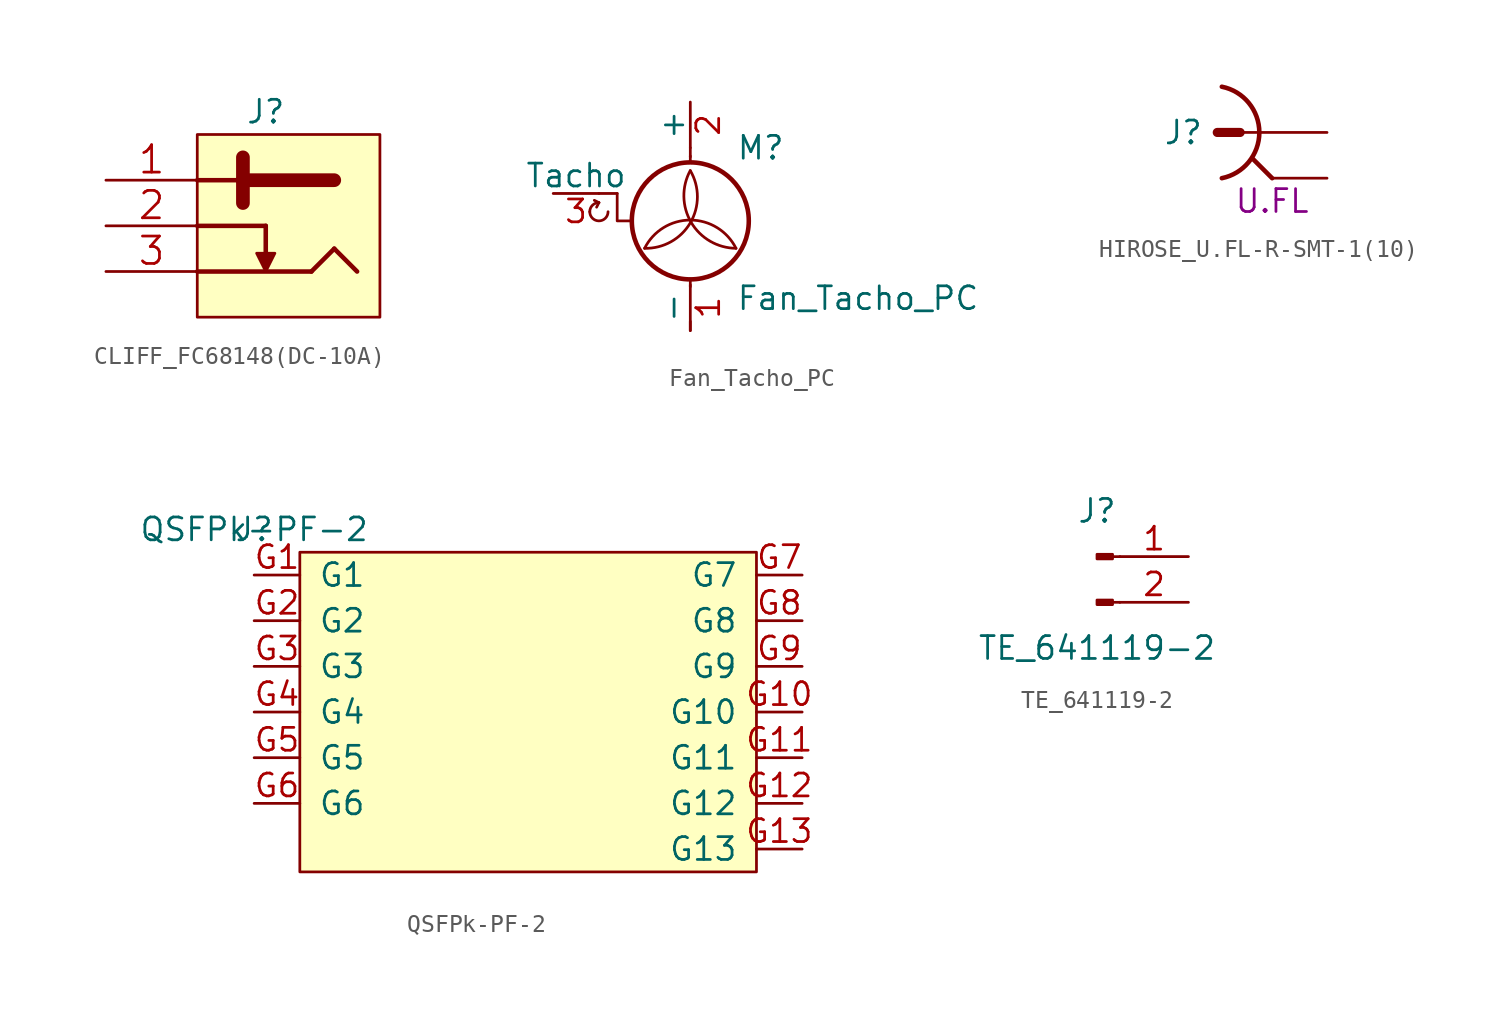
<source format=kicad_sym>
(kicad_symbol_lib
  (version 20211014)
  (generator kicad_symbol_editor)
  (symbol "CLIFF_FC68148(DC-10A)"
    (pin_names
      (offset 1.27))
    (property "Reference" "J"
      (at 3.81 1.27 0)
      (effects (font (size 1.27 1.27))))
    (property "ki_locked" ""
      (at 0 0 0)
      (effects (font (size 1.27 1.27))))
    (symbol "CLIFF_FC68148(DC-10A)_0_1"
      (rectangle (start 0 -10.16) (end 10.16 0) (stroke (width 0) (type default) (color 0 0 0 0)) (fill (type background)))
      (polyline (pts (xy 0 -7.62) (xy 6.35 -7.62)) (stroke (width 0.254) (type default) (color 0 0 0 0)) (fill (type none)))
      (polyline (pts (xy 0 -5.08) (xy 3.81 -5.08)) (stroke (width 0.254) (type default) (color 0 0 0 0)) (fill (type none)))
      (polyline (pts (xy 0 -2.54) (xy 2.54 -2.54)) (stroke (width 0.254) (type default) (color 0 0 0 0)) (fill (type none)))
      (polyline (pts (xy 2.54 -1.27) (xy 2.54 -3.81)) (stroke (width 0.762) (type default) (color 0 0 0 0)) (fill (type none)))
      (polyline (pts (xy 3.81 -7.112) (xy 3.81 -5.08)) (stroke (width 0.254) (type default) (color 0 0 0 0)) (fill (type none)))
      (polyline (pts (xy 6.35 -7.62) (xy 7.62 -6.35)) (stroke (width 0.254) (type default) (color 0 0 0 0)) (fill (type none)))
      (polyline (pts (xy 7.62 -2.54) (xy 2.54 -2.54)) (stroke (width 0.762) (type default) (color 0 0 0 0)) (fill (type none)))
      (polyline (pts (xy 8.89 -7.62) (xy 7.62 -6.35)) (stroke (width 0.254) (type default) (color 0 0 0 0)) (fill (type none)))
      (polyline (pts (xy 3.81 -7.62) (xy 3.302 -6.604) (xy 4.318 -6.604) (xy 3.81 -7.62)) (stroke (width 0) (type default) (color 0 0 0 0)) (fill (type outline)))
      (pin power_out line (at -5.08 -2.54 0) (length 5.08) (name "1" (effects (font (size 0 0)))) (number "1" (effects (font (size 1.524 1.524)))))
      (pin passive line (at -5.08 -5.08 0) (length 5.08) (name "2" (effects (font (size 0 0)))) (number "2" (effects (font (size 1.524 1.524)))))
      (pin power_out line (at -5.08 -7.62 0) (length 5.08) (name "3" (effects (font (size 0 0)))) (number "3" (effects (font (size 1.524 1.524)))))))
  (symbol "Fan_Tacho_PC"
    (pin_names
      (offset 0))
    (property "Reference" "M"
      (at 2.54 2.54 0)
      (effects (font (size 1.27 1.27)) (justify left)))
    (property "Value" "Fan_Tacho_PC"
      (at 2.54 -5.08 0)
      (effects (font (size 1.27 1.27)) (justify left top)))
    (symbol "Fan_Tacho_PC_0_0"
      (arc (start -5.588 -1.016) (mid -5.08 -1.524) (end -4.572 -1.016) (stroke (width 0) (type default) (color 0 0 0 0)) (fill (type none)))
      (arc (start -5.08 -0.508) (mid -5.4392 -0.6568) (end -5.588 -1.016) (stroke (width 0) (type default) (color 0 0 0 0)) (fill (type none)))
      (polyline (pts (xy -5.08 -0.508) (xy -5.334 -0.381)) (stroke (width 0) (type default) (color 0 0 0 0)) (fill (type none)))
      (polyline (pts (xy -5.08 -0.508) (xy -5.207 -0.762)) (stroke (width 0) (type default) (color 0 0 0 0)) (fill (type none)))
      (polyline (pts (xy -4.064 0) (xy -4.064 -1.524) (xy -3.302 -1.524)) (stroke (width 0) (type default) (color 0 0 0 0)) (fill (type none))))
    (symbol "Fan_Tacho_PC_0_1"
      (arc (start -2.54 -3.048) (mid 0.0028 -1.6279) (end 0 1.27) (stroke (width 0) (type default) (color 0 0 0 0)) (fill (type none)))
      (circle (center 0 -1.524) (radius 3.251) (stroke (width 0.254) (type default) (color 0 0 0 0)) (fill (type none)))
      (polyline (pts (xy -4.064 0) (xy -5.08 0)) (stroke (width 0) (type default) (color 0 0 0 0)) (fill (type none)))
      (polyline (pts (xy 0 -7.62) (xy 0 -7.112)) (stroke (width 0) (type default) (color 0 0 0 0)) (fill (type none)))
      (polyline (pts (xy 0 -4.775) (xy 0 -5.182)) (stroke (width 0) (type default) (color 0 0 0 0)) (fill (type none)))
      (polyline (pts (xy 0 1.727) (xy 0 2.083)) (stroke (width 0) (type default) (color 0 0 0 0)) (fill (type none)))
      (polyline (pts (xy 0 2.032) (xy 0 2.54)) (stroke (width 0) (type default) (color 0 0 0 0)) (fill (type none)))
      (arc (start 0 1.27) (mid 0.053 -1.619) (end 2.54 -3.048) (stroke (width 0) (type default) (color 0 0 0 0)) (fill (type none)))
      (arc (start 2.54 -3.048) (mid 0 -1.4782) (end -2.54 -3.048) (stroke (width 0) (type default) (color 0 0 0 0)) (fill (type none))))
    (symbol "Fan_Tacho_PC_1_1"
      (pin passive line (at 0 -7.62 90) (length 2.54) (name "-" (effects (font (size 1.27 1.27)))) (number "1" (effects (font (size 1.27 1.27)))))
      (pin passive line (at 0 5.08 270) (length 2.54) (name "+" (effects (font (size 1.27 1.27)))) (number "2" (effects (font (size 1.27 1.27)))))
      (pin passive line (at -7.62 0 0) (length 2.54) (name "Tacho" (effects (font (size 1.27 1.27)))) (number "3" (effects (font (size 1.27 1.27)))))))
  (symbol "HIROSE_U.FL-R-SMT-1(10)"
    (pin_names
      (offset 1.27))
    (property "Reference" "J"
      (at -6.858 0 0)
      (effects (font (size 1.27 1.27)) (justify right)))
    (property "Comment" "U.FL"
      (at -3.048 -3.81 0)
      (effects (font (size 1.27 1.27))))
    (property "ki_locked" ""
      (at 0 0 0)
      (effects (font (size 1.27 1.27))))
    (symbol "HIROSE_U.FL-R-SMT-1(10)_0_1"
      (arc (start -5.842 -2.54) (mid -3.7597 0) (end -5.842 2.54) (stroke (width 0.254) (type default) (color 0 0 0 0)) (fill (type none)))
      (polyline (pts (xy -4.826 0) (xy -6.096 0)) (stroke (width 0.508) (type default) (color 0 0 0 0)) (fill (type none)))
      (polyline (pts (xy -3.048 -2.54) (xy -4.115 -1.473)) (stroke (width 0.254) (type default) (color 0 0 0 0)) (fill (type none)))
      (pin passive line (at 0 0 180) (length 5.08) (name "1" (effects (font (size 0 0)))) (number "1" (effects (font (size 0 0)))))
      (pin passive line (at 0 -2.54 180) (length 3.048) (name "2" (effects (font (size 0 0)))) (number "2" (effects (font (size 0 0)))))))
  (symbol "QSFPk-PF-2"
    (pin_names
      (offset 1.016))
    (property "Reference" "J"
      (at 0 0 0)
      (effects (font (size 1.27 1.27))))
    (property "Value" "QSFPk-PF-2"
      (at 0 0 0)
      (effects (font (size 1.27 1.27))))
    (symbol "QSFPk-PF-2_0_1"
      (rectangle (start 2.54 -1.27) (end 27.94 -19.05) (stroke (width 0) (type default) (color 0 0 0 0)) (fill (type background))))
    (symbol "QSFPk-PF-2_1_1"
      (pin power_in line (at 0 -2.54 0) (length 2.54) (name "G1" (effects (font (size 1.27 1.27)))) (number "G1" (effects (font (size 1.27 1.27)))))
      (pin power_in line (at 30.48 -10.16 180) (length 2.54) (name "G10" (effects (font (size 1.27 1.27)))) (number "G10" (effects (font (size 1.27 1.27)))))
      (pin power_in line (at 30.48 -12.7 180) (length 2.54) (name "G11" (effects (font (size 1.27 1.27)))) (number "G11" (effects (font (size 1.27 1.27)))))
      (pin power_in line (at 30.48 -15.24 180) (length 2.54) (name "G12" (effects (font (size 1.27 1.27)))) (number "G12" (effects (font (size 1.27 1.27)))))
      (pin power_in line (at 30.48 -17.78 180) (length 2.54) (name "G13" (effects (font (size 1.27 1.27)))) (number "G13" (effects (font (size 1.27 1.27)))))
      (pin power_in line (at 0 -5.08 0) (length 2.54) (name "G2" (effects (font (size 1.27 1.27)))) (number "G2" (effects (font (size 1.27 1.27)))))
      (pin power_in line (at 0 -7.62 0) (length 2.54) (name "G3" (effects (font (size 1.27 1.27)))) (number "G3" (effects (font (size 1.27 1.27)))))
      (pin power_in line (at 0 -10.16 0) (length 2.54) (name "G4" (effects (font (size 1.27 1.27)))) (number "G4" (effects (font (size 1.27 1.27)))))
      (pin power_in line (at 0 -12.7 0) (length 2.54) (name "G5" (effects (font (size 1.27 1.27)))) (number "G5" (effects (font (size 1.27 1.27)))))
      (pin power_in line (at 0 -15.24 0) (length 2.54) (name "G6" (effects (font (size 1.27 1.27)))) (number "G6" (effects (font (size 1.27 1.27)))))
      (pin power_in line (at 30.48 -2.54 180) (length 2.54) (name "G7" (effects (font (size 1.27 1.27)))) (number "G7" (effects (font (size 1.27 1.27)))))
      (pin power_in line (at 30.48 -5.08 180) (length 2.54) (name "G8" (effects (font (size 1.27 1.27)))) (number "G8" (effects (font (size 1.27 1.27)))))
      (pin power_in line (at 30.48 -7.62 180) (length 2.54) (name "G9" (effects (font (size 1.27 1.27)))) (number "G9" (effects (font (size 1.27 1.27)))))))
  (symbol "TE_641119-2"
    (pin_names
      (offset 1.016) hide)
    (property "Reference" "J"
      (at 0 2.54 0)
      (effects (font (size 1.27 1.27))))
    (property "Value" "TE_641119-2"
      (at 0 -5.08 0)
      (effects (font (size 1.27 1.27))))
    (symbol "TE_641119-2_1_1"
      (polyline (pts (xy 1.27 -2.54) (xy 0.864 -2.54)) (stroke (width 0.152) (type default) (color 0 0 0 0)) (fill (type none)))
      (polyline (pts (xy 1.27 0) (xy 0.864 0)) (stroke (width 0.152) (type default) (color 0 0 0 0)) (fill (type none)))
      (rectangle (start 0.864 -2.413) (end 0 -2.667) (stroke (width 0.152) (type default) (color 0 0 0 0)) (fill (type outline)))
      (rectangle (start 0.864 0.127) (end 0 -0.127) (stroke (width 0.152) (type default) (color 0 0 0 0)) (fill (type outline)))
      (pin passive line (at 5.08 0 180) (length 3.81) (name "Pin_1" (effects (font (size 1.27 1.27)))) (number "1" (effects (font (size 1.27 1.27)))))
      (pin passive line (at 5.08 -2.54 180) (length 3.81) (name "Pin_2" (effects (font (size 1.27 1.27)))) (number "2" (effects (font (size 1.27 1.27))))))))
</source>
